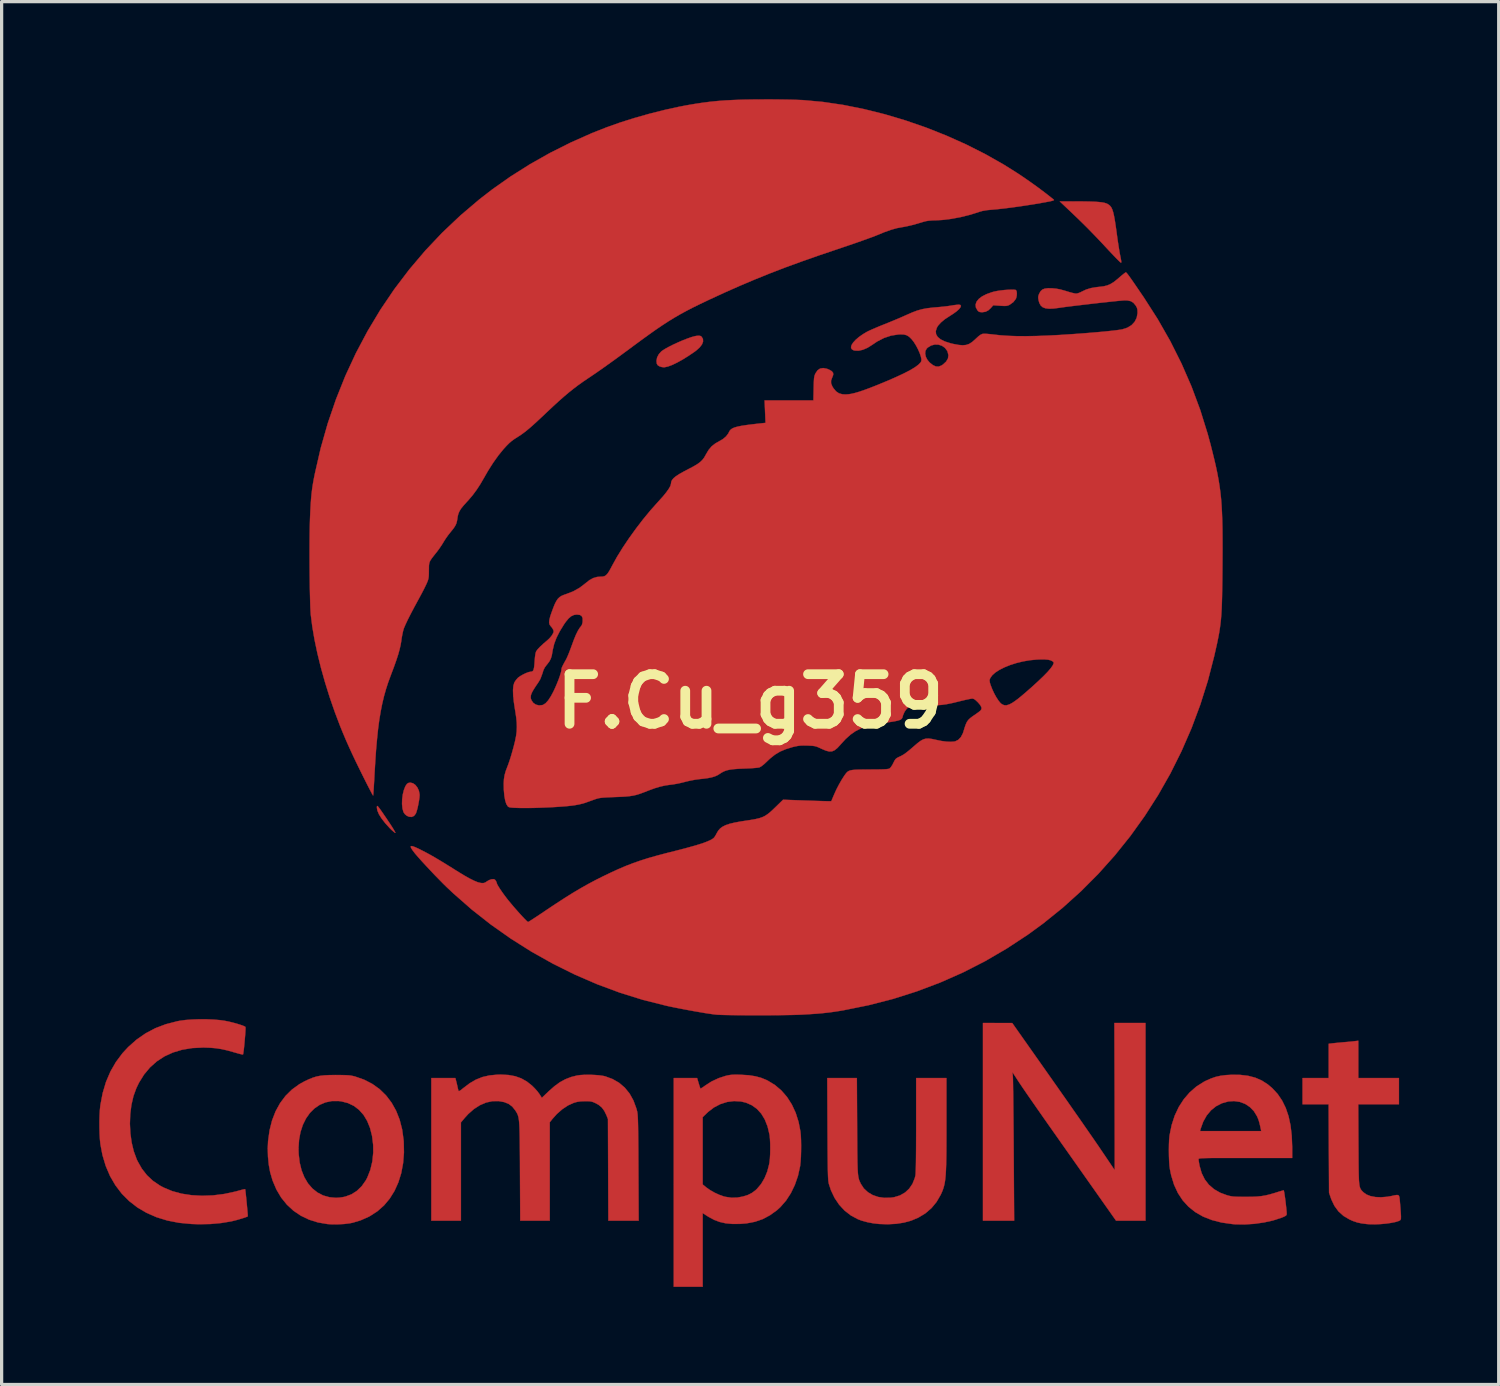
<source format=kicad_pcb>
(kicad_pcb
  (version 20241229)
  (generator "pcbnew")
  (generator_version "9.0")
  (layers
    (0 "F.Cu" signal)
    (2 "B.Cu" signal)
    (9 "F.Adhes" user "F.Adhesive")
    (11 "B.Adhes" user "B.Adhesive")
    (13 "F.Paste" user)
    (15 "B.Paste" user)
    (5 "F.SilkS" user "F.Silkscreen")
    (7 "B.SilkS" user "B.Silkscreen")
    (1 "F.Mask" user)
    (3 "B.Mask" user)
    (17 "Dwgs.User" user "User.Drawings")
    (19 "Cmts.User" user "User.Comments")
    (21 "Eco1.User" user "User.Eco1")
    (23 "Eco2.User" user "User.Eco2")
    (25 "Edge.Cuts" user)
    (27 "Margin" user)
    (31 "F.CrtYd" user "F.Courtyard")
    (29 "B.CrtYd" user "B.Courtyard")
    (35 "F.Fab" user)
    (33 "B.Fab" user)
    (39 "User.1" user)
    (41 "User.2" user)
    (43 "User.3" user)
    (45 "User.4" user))
  (footprint "F.Cu_g359"
    (layer "F.Cu")
    (at 20.006 18.505)
    (property "Reference" "F.Cu_g359" (at 0 0 0) (layer "F.SilkS") (effects (font (size 1.524 1.524) (thickness 0.3))))
    (attr through_hole)
    (fp_poly (pts (xy -11.446 3.224) (xy -11.421 3.253) (xy -11.382 3.304) (xy -11.328 3.381) (xy -11.256 3.486) (xy -11.163 3.622) (xy -11.142 3.654) (xy -11.068 3.764) (xy -11.004 3.863) (xy -10.953 3.946) (xy -10.919 4.006) (xy -10.904 4.038) (xy -10.904 4.042) (xy -10.921 4.037) (xy -10.96 4.007) (xy -11.017 3.956) (xy -11.083 3.891) (xy -11.221 3.738) (xy -11.331 3.596) (xy -11.411 3.468) (xy -11.458 3.356) (xy -11.472 3.276) (xy -11.472 3.244) (xy -11.469 3.223) (xy -11.462 3.215) (xy -11.446 3.224)) (stroke (width 0.01) (type solid)) (fill yes) (layer "F.Cu"))
    (fp_poly (pts (xy -10.363 2.518) (xy -10.288 2.572) (xy -10.226 2.652) (xy -10.181 2.751) (xy -10.161 2.86) (xy -10.16 2.882) (xy -10.165 2.957) (xy -10.179 3.055) (xy -10.199 3.165) (xy -10.222 3.273) (xy -10.247 3.367) (xy -10.27 3.436) (xy -10.276 3.45) (xy -10.332 3.521) (xy -10.403 3.553) (xy -10.487 3.546) (xy -10.558 3.513) (xy -10.613 3.466) (xy -10.653 3.408) (xy -10.656 3.402) (xy -10.687 3.289) (xy -10.7 3.154) (xy -10.696 3.009) (xy -10.677 2.863) (xy -10.644 2.728) (xy -10.599 2.613) (xy -10.547 2.535) (xy -10.5 2.507) (xy -10.444 2.498) (xy -10.363 2.518)) (stroke (width 0.01) (type solid)) (fill yes) (layer "F.Cu"))
    (fp_poly (pts (xy -1.524 -11.228) (xy -1.496 -11.209) (xy -1.452 -11.139) (xy -1.448 -11.059) (xy -1.481 -10.971) (xy -1.553 -10.877) (xy -1.66 -10.781) (xy -1.704 -10.748) (xy -1.894 -10.619) (xy -2.075 -10.506) (xy -2.243 -10.413) (xy -2.394 -10.34) (xy -2.523 -10.292) (xy -2.627 -10.269) (xy -2.656 -10.267) (xy -2.723 -10.276) (xy -2.786 -10.296) (xy -2.84 -10.329) (xy -2.869 -10.376) (xy -2.878 -10.45) (xy -2.879 -10.469) (xy -2.86 -10.569) (xy -2.808 -10.668) (xy -2.732 -10.754) (xy -2.708 -10.772) (xy -2.616 -10.832) (xy -2.498 -10.897) (xy -2.361 -10.966) (xy -2.215 -11.033) (xy -2.067 -11.097) (xy -1.925 -11.152) (xy -1.799 -11.196) (xy -1.695 -11.224) (xy -1.644 -11.233) (xy -1.57 -11.237) (xy -1.524 -11.228)) (stroke (width 0.01) (type solid)) (fill yes) (layer "F.Cu"))
    (fp_poly (pts (xy 8.104 -12.652) (xy 8.157 -12.645) (xy 8.168 -12.64) (xy 8.188 -12.604) (xy 8.196 -12.542) (xy 8.192 -12.469) (xy 8.176 -12.399) (xy 8.164 -12.369) (xy 8.089 -12.271) (xy 7.978 -12.191) (xy 7.96 -12.181) (xy 7.918 -12.164) (xy 7.871 -12.154) (xy 7.807 -12.152) (xy 7.716 -12.156) (xy 7.678 -12.159) (xy 7.47 -12.173) (xy 7.402 -12.096) (xy 7.319 -12.017) (xy 7.234 -11.974) (xy 7.135 -11.959) (xy 7.125 -11.959) (xy 7.058 -11.965) (xy 7.014 -11.986) (xy 6.986 -12.016) (xy 6.937 -12.105) (xy 6.928 -12.195) (xy 6.958 -12.283) (xy 7.025 -12.367) (xy 7.127 -12.445) (xy 7.262 -12.514) (xy 7.428 -12.574) (xy 7.502 -12.594) (xy 7.59 -12.612) (xy 7.696 -12.628) (xy 7.809 -12.641) (xy 7.92 -12.649) (xy 8.022 -12.653) (xy 8.104 -12.652)) (stroke (width 0.01) (type solid)) (fill yes) (layer "F.Cu"))
    (fp_poly (pts (xy 10.033 -15.365) (xy 10.258 -15.364) (xy 10.445 -15.36) (xy 10.597 -15.355) (xy 10.72 -15.346) (xy 10.818 -15.335) (xy 10.893 -15.32) (xy 10.952 -15.301) (xy 10.978 -15.289) (xy 11.025 -15.26) (xy 11.065 -15.225) (xy 11.1 -15.178) (xy 11.129 -15.116) (xy 11.156 -15.033) (xy 11.181 -14.926) (xy 11.206 -14.79) (xy 11.232 -14.621) (xy 11.261 -14.415) (xy 11.261 -14.415) (xy 11.281 -14.265) (xy 11.302 -14.118) (xy 11.323 -13.984) (xy 11.341 -13.871) (xy 11.355 -13.787) (xy 11.358 -13.769) (xy 11.381 -13.655) (xy 11.396 -13.576) (xy 11.404 -13.526) (xy 11.406 -13.498) (xy 11.403 -13.486) (xy 11.395 -13.483) (xy 11.392 -13.483) (xy 11.372 -13.498) (xy 11.328 -13.54) (xy 11.263 -13.605) (xy 11.182 -13.688) (xy 11.09 -13.786) (xy 11.011 -13.869) (xy 10.818 -14.077) (xy 10.646 -14.259) (xy 10.486 -14.424) (xy 10.334 -14.579) (xy 10.18 -14.731) (xy 10.019 -14.887) (xy 9.864 -15.035) (xy 9.514 -15.366) (xy 10.033 -15.365)) (stroke (width 0.01) (type solid)) (fill yes) (layer "F.Cu"))
    (fp_poly (pts (xy 12.15 15.96) (xy 11.244 15.96) (xy 10.039 14.25) (xy 9.802 13.914) (xy 9.587 13.61) (xy 9.395 13.336) (xy 9.222 13.091) (xy 9.068 12.872) (xy 8.931 12.676) (xy 8.81 12.503) (xy 8.703 12.349) (xy 8.609 12.213) (xy 8.525 12.093) (xy 8.452 11.986) (xy 8.387 11.891) (xy 8.329 11.805) (xy 8.276 11.726) (xy 8.227 11.652) (xy 8.21 11.625) (xy 8.061 11.398) (xy 8.073 11.536) (xy 8.075 11.576) (xy 8.077 11.656) (xy 8.079 11.771) (xy 8.081 11.92) (xy 8.084 12.099) (xy 8.086 12.305) (xy 8.088 12.535) (xy 8.091 12.786) (xy 8.093 13.054) (xy 8.096 13.338) (xy 8.098 13.633) (xy 8.099 13.817) (xy 8.113 15.96) (xy 7.154 15.96) (xy 7.154 9.885) (xy 7.604 9.886) (xy 8.054 9.887) (xy 9.218 11.539) (xy 9.396 11.792) (xy 9.574 12.046) (xy 9.751 12.298) (xy 9.923 12.545) (xy 10.089 12.782) (xy 10.245 13.006) (xy 10.389 13.214) (xy 10.519 13.401) (xy 10.632 13.565) (xy 10.725 13.701) (xy 10.789 13.796) (xy 10.885 13.937) (xy 10.973 14.068) (xy 11.051 14.183) (xy 11.115 14.278) (xy 11.163 14.349) (xy 11.193 14.393) (xy 11.202 14.405) (xy 11.203 14.385) (xy 11.203 14.326) (xy 11.204 14.229) (xy 11.204 14.099) (xy 11.204 13.937) (xy 11.204 13.746) (xy 11.204 13.53) (xy 11.203 13.29) (xy 11.203 13.03) (xy 11.202 12.752) (xy 11.201 12.459) (xy 11.201 12.153) (xy 11.201 12.148) (xy 11.193 9.885) (xy 12.15 9.885) (xy 12.15 15.96)) (stroke (width 0.01) (type solid)) (fill yes) (layer "F.Cu"))
    (fp_poly (pts (xy 18.69 11.578) (xy 19.939 11.578) (xy 19.939 12.383) (xy 18.688 12.383) (xy 18.694 13.615) (xy 18.696 13.884) (xy 18.697 14.115) (xy 18.699 14.309) (xy 18.701 14.472) (xy 18.705 14.605) (xy 18.709 14.714) (xy 18.716 14.801) (xy 18.724 14.869) (xy 18.735 14.922) (xy 18.749 14.963) (xy 18.766 14.997) (xy 18.786 15.025) (xy 18.81 15.052) (xy 18.839 15.081) (xy 18.844 15.087) (xy 18.938 15.156) (xy 19.065 15.206) (xy 19.217 15.235) (xy 19.39 15.242) (xy 19.576 15.227) (xy 19.702 15.205) (xy 19.801 15.183) (xy 19.869 15.172) (xy 19.914 15.175) (xy 19.94 15.198) (xy 19.955 15.248) (xy 19.964 15.329) (xy 19.974 15.441) (xy 19.984 15.557) (xy 19.992 15.668) (xy 19.998 15.763) (xy 20.001 15.828) (xy 20.001 15.828) (xy 20 15.895) (xy 19.991 15.932) (xy 19.967 15.954) (xy 19.933 15.97) (xy 19.831 16.002) (xy 19.698 16.029) (xy 19.543 16.051) (xy 19.376 16.066) (xy 19.208 16.073) (xy 19.049 16.071) (xy 18.955 16.065) (xy 18.794 16.045) (xy 18.658 16.016) (xy 18.529 15.972) (xy 18.422 15.925) (xy 18.237 15.816) (xy 18.082 15.677) (xy 17.957 15.507) (xy 17.862 15.308) (xy 17.847 15.266) (xy 17.791 15.102) (xy 17.784 13.742) (xy 17.778 12.383) (xy 16.976 12.383) (xy 16.976 11.578) (xy 17.78 11.578) (xy 17.78 10.524) (xy 17.881 10.512) (xy 17.943 10.505) (xy 18.034 10.496) (xy 18.141 10.486) (xy 18.235 10.477) (xy 18.346 10.468) (xy 18.451 10.458) (xy 18.539 10.449) (xy 18.59 10.443) (xy 18.69 10.431) (xy 18.69 11.578)) (stroke (width 0.01) (type solid)) (fill yes) (layer "F.Cu"))
    (fp_poly (pts (xy 3.287 13.055) (xy 3.288 13.348) (xy 3.29 13.603) (xy 3.291 13.822) (xy 3.294 14.008) (xy 3.296 14.165) (xy 3.3 14.296) (xy 3.304 14.404) (xy 3.31 14.492) (xy 3.317 14.563) (xy 3.326 14.622) (xy 3.337 14.671) (xy 3.349 14.713) (xy 3.364 14.751) (xy 3.382 14.789) (xy 3.4 14.828) (xy 3.492 14.969) (xy 3.615 15.084) (xy 3.763 15.173) (xy 3.933 15.232) (xy 4.12 15.26) (xy 4.319 15.255) (xy 4.425 15.24) (xy 4.602 15.186) (xy 4.757 15.098) (xy 4.887 14.978) (xy 4.988 14.829) (xy 5.058 14.655) (xy 5.08 14.565) (xy 5.084 14.52) (xy 5.088 14.434) (xy 5.092 14.31) (xy 5.095 14.15) (xy 5.097 13.957) (xy 5.099 13.732) (xy 5.1 13.477) (xy 5.101 13.194) (xy 5.101 13.015) (xy 5.101 11.578) (xy 6.032 11.578) (xy 6.032 12.991) (xy 6.032 13.312) (xy 6.031 13.594) (xy 6.03 13.84) (xy 6.027 14.053) (xy 6.023 14.237) (xy 6.017 14.395) (xy 6.01 14.53) (xy 6 14.645) (xy 5.988 14.744) (xy 5.973 14.83) (xy 5.955 14.906) (xy 5.934 14.976) (xy 5.91 15.042) (xy 5.882 15.108) (xy 5.855 15.166) (xy 5.728 15.385) (xy 5.571 15.575) (xy 5.383 15.737) (xy 5.166 15.868) (xy 4.949 15.959) (xy 4.727 16.02) (xy 4.491 16.057) (xy 4.234 16.071) (xy 3.969 16.063) (xy 3.788 16.043) (xy 3.604 16.008) (xy 3.433 15.962) (xy 3.315 15.918) (xy 3.098 15.803) (xy 2.904 15.653) (xy 2.735 15.471) (xy 2.594 15.261) (xy 2.482 15.025) (xy 2.419 14.833) (xy 2.413 14.804) (xy 2.407 14.769) (xy 2.401 14.725) (xy 2.397 14.669) (xy 2.393 14.598) (xy 2.39 14.509) (xy 2.387 14.399) (xy 2.385 14.264) (xy 2.383 14.103) (xy 2.381 13.911) (xy 2.379 13.686) (xy 2.378 13.424) (xy 2.376 13.139) (xy 2.369 11.578) (xy 3.279 11.578) (xy 3.287 13.055)) (stroke (width 0.01) (type solid)) (fill yes) (layer "F.Cu"))
    (fp_poly (pts (xy -0.343 11.475) (xy -0.266 11.478) (xy -0.039 11.492) (xy 0.157 11.523) (xy 0.333 11.57) (xy 0.499 11.637) (xy 0.536 11.655) (xy 0.76 11.791) (xy 0.959 11.96) (xy 1.133 12.161) (xy 1.28 12.391) (xy 1.399 12.648) (xy 1.488 12.93) (xy 1.544 13.218) (xy 1.556 13.338) (xy 1.563 13.489) (xy 1.566 13.657) (xy 1.564 13.831) (xy 1.559 14) (xy 1.549 14.151) (xy 1.536 14.274) (xy 1.534 14.287) (xy 1.469 14.583) (xy 1.373 14.861) (xy 1.25 15.116) (xy 1.101 15.345) (xy 0.928 15.543) (xy 0.823 15.639) (xy 0.608 15.794) (xy 0.384 15.913) (xy 0.145 15.995) (xy -0.115 16.044) (xy -0.315 16.06) (xy -0.547 16.061) (xy -0.75 16.042) (xy -0.932 16.002) (xy -1.103 15.938) (xy -1.272 15.848) (xy -1.318 15.819) (xy -1.46 15.728) (xy -1.46 17.992) (xy -2.349 17.992) (xy -2.349 12.779) (xy -1.46 12.779) (xy -1.46 14.848) (xy -1.349 14.939) (xy -1.233 15.021) (xy -1.095 15.1) (xy -0.949 15.167) (xy -0.812 15.216) (xy -0.762 15.228) (xy -0.574 15.256) (xy -0.396 15.251) (xy -0.222 15.219) (xy -0.072 15.172) (xy 0.051 15.11) (xy 0.163 15.027) (xy 0.208 14.985) (xy 0.335 14.835) (xy 0.442 14.654) (xy 0.526 14.449) (xy 0.583 14.227) (xy 0.593 14.171) (xy 0.606 14.055) (xy 0.614 13.914) (xy 0.617 13.76) (xy 0.616 13.605) (xy 0.609 13.464) (xy 0.599 13.347) (xy 0.593 13.313) (xy 0.535 13.067) (xy 0.45 12.853) (xy 0.341 12.672) (xy 0.207 12.525) (xy 0.049 12.412) (xy -0.132 12.333) (xy -0.286 12.297) (xy -0.496 12.285) (xy -0.707 12.312) (xy -0.914 12.377) (xy -1.11 12.479) (xy -1.289 12.615) (xy -1.325 12.649) (xy -1.46 12.779) (xy -2.349 12.779) (xy -2.349 11.578) (xy -1.631 11.578) (xy -1.585 11.732) (xy -1.562 11.807) (xy -1.543 11.866) (xy -1.532 11.898) (xy -1.531 11.9) (xy -1.512 11.895) (xy -1.468 11.869) (xy -1.407 11.827) (xy -1.386 11.811) (xy -1.191 11.685) (xy -0.971 11.582) (xy -0.76 11.513) (xy -0.684 11.495) (xy -0.615 11.483) (xy -0.543 11.476) (xy -0.456 11.474) (xy -0.343 11.475)) (stroke (width 0.01) (type solid)) (fill yes) (layer "F.Cu"))
    (fp_poly (pts (xy -12.58 11.486) (xy -12.463 11.488) (xy -12.372 11.492) (xy -12.298 11.498) (xy -12.235 11.509) (xy -12.173 11.523) (xy -12.139 11.532) (xy -11.863 11.629) (xy -11.612 11.759) (xy -11.387 11.921) (xy -11.19 12.113) (xy -11.021 12.335) (xy -10.882 12.584) (xy -10.773 12.859) (xy -10.696 13.16) (xy -10.652 13.484) (xy -10.648 13.526) (xy -10.641 13.867) (xy -10.667 14.192) (xy -10.724 14.498) (xy -10.813 14.783) (xy -10.931 15.045) (xy -11.078 15.282) (xy -11.253 15.491) (xy -11.455 15.67) (xy -11.683 15.818) (xy -11.725 15.841) (xy -11.976 15.952) (xy -12.218 16.024) (xy -12.308 16.042) (xy -12.478 16.063) (xy -12.665 16.073) (xy -12.849 16.074) (xy -12.991 16.065) (xy -13.285 16.015) (xy -13.559 15.929) (xy -13.81 15.808) (xy -14.038 15.654) (xy -14.24 15.467) (xy -14.415 15.25) (xy -14.561 15.003) (xy -14.678 14.728) (xy -14.753 14.472) (xy -14.795 14.243) (xy -14.82 13.993) (xy -14.827 13.737) (xy -13.882 13.737) (xy -13.877 13.909) (xy -13.846 14.174) (xy -13.787 14.415) (xy -13.701 14.629) (xy -13.59 14.816) (xy -13.455 14.972) (xy -13.299 15.096) (xy -13.123 15.187) (xy -12.928 15.241) (xy -12.732 15.259) (xy -12.628 15.253) (xy -12.516 15.237) (xy -12.444 15.222) (xy -12.255 15.152) (xy -12.086 15.044) (xy -11.939 14.902) (xy -11.815 14.726) (xy -11.769 14.641) (xy -11.674 14.4) (xy -11.612 14.139) (xy -11.584 13.864) (xy -11.587 13.631) (xy -11.621 13.358) (xy -11.683 13.113) (xy -11.771 12.896) (xy -11.883 12.71) (xy -12.021 12.555) (xy -12.181 12.433) (xy -12.363 12.346) (xy -12.566 12.294) (xy -12.651 12.284) (xy -12.859 12.285) (xy -13.053 12.325) (xy -13.231 12.401) (xy -13.391 12.51) (xy -13.532 12.65) (xy -13.651 12.819) (xy -13.748 13.015) (xy -13.82 13.234) (xy -13.865 13.476) (xy -13.882 13.737) (xy -14.827 13.737) (xy -14.827 13.736) (xy -14.817 13.515) (xy -14.771 13.184) (xy -14.694 12.879) (xy -14.586 12.6) (xy -14.447 12.348) (xy -14.279 12.124) (xy -14.082 11.93) (xy -13.857 11.767) (xy -13.685 11.672) (xy -13.556 11.612) (xy -13.441 11.566) (xy -13.331 11.532) (xy -13.218 11.509) (xy -13.09 11.495) (xy -12.941 11.487) (xy -12.759 11.485) (xy -12.732 11.485) (xy -12.58 11.486)) (stroke (width 0.01) (type solid)) (fill yes) (layer "F.Cu"))
    (fp_poly (pts (xy -7.428 11.484) (xy -7.221 11.522) (xy -7.036 11.588) (xy -6.865 11.684) (xy -6.703 11.813) (xy -6.693 11.823) (xy -6.617 11.899) (xy -6.544 11.981) (xy -6.487 12.056) (xy -6.477 12.07) (xy -6.403 12.186) (xy -6.19 11.982) (xy -6.015 11.828) (xy -5.849 11.707) (xy -5.681 11.615) (xy -5.503 11.546) (xy -5.327 11.501) (xy -5.22 11.486) (xy -5.085 11.478) (xy -4.934 11.477) (xy -4.78 11.483) (xy -4.636 11.494) (xy -4.513 11.512) (xy -4.456 11.525) (xy -4.228 11.609) (xy -4.027 11.725) (xy -3.853 11.874) (xy -3.707 12.054) (xy -3.589 12.265) (xy -3.5 12.507) (xy -3.476 12.594) (xy -3.47 12.625) (xy -3.464 12.664) (xy -3.459 12.714) (xy -3.455 12.778) (xy -3.451 12.858) (xy -3.448 12.958) (xy -3.445 13.082) (xy -3.443 13.23) (xy -3.441 13.408) (xy -3.439 13.617) (xy -3.437 13.86) (xy -3.436 14.141) (xy -3.435 14.346) (xy -3.427 15.96) (xy -4.359 15.96) (xy -4.365 14.399) (xy -4.371 12.838) (xy -4.418 12.72) (xy -4.484 12.585) (xy -4.56 12.482) (xy -4.655 12.403) (xy -4.736 12.357) (xy -4.807 12.324) (xy -4.864 12.304) (xy -4.924 12.293) (xy -4.999 12.289) (xy -5.079 12.289) (xy -5.209 12.294) (xy -5.314 12.309) (xy -5.412 12.336) (xy -5.419 12.338) (xy -5.597 12.418) (xy -5.774 12.535) (xy -5.942 12.682) (xy -6.078 12.834) (xy -6.16 12.937) (xy -6.16 15.96) (xy -7.067 15.96) (xy -7.075 14.441) (xy -7.076 14.137) (xy -7.078 13.873) (xy -7.08 13.644) (xy -7.082 13.449) (xy -7.085 13.284) (xy -7.089 13.145) (xy -7.094 13.03) (xy -7.101 12.935) (xy -7.109 12.859) (xy -7.119 12.796) (xy -7.132 12.745) (xy -7.146 12.701) (xy -7.164 12.663) (xy -7.184 12.627) (xy -7.207 12.59) (xy -7.22 12.57) (xy -7.312 12.455) (xy -7.422 12.372) (xy -7.558 12.317) (xy -7.724 12.287) (xy -7.733 12.286) (xy -7.923 12.288) (xy -8.115 12.33) (xy -8.305 12.411) (xy -8.489 12.529) (xy -8.664 12.682) (xy -8.766 12.794) (xy -8.89 12.941) (xy -8.89 15.96) (xy -9.8 15.96) (xy -9.8 11.578) (xy -9.061 11.578) (xy -9.04 11.658) (xy -9.022 11.728) (xy -9.003 11.812) (xy -8.996 11.843) (xy -8.981 11.909) (xy -8.968 11.96) (xy -8.964 11.976) (xy -8.944 11.978) (xy -8.896 11.95) (xy -8.823 11.892) (xy -8.822 11.891) (xy -8.625 11.741) (xy -8.43 11.627) (xy -8.229 11.547) (xy -8.013 11.497) (xy -7.773 11.474) (xy -7.664 11.472) (xy -7.428 11.484)) (stroke (width 0.01) (type solid)) (fill yes) (layer "F.Cu"))
    (fp_poly (pts (xy -16.707 9.772) (xy -16.489 9.781) (xy -16.289 9.798) (xy -16.149 9.818) (xy -16.039 9.84) (xy -15.921 9.868) (xy -15.804 9.899) (xy -15.696 9.932) (xy -15.605 9.962) (xy -15.541 9.989) (xy -15.513 10.006) (xy -15.51 10.03) (xy -15.511 10.089) (xy -15.516 10.175) (xy -15.523 10.278) (xy -15.533 10.392) (xy -15.543 10.509) (xy -15.554 10.62) (xy -15.565 10.718) (xy -15.576 10.795) (xy -15.584 10.843) (xy -15.589 10.854) (xy -15.611 10.852) (xy -15.667 10.84) (xy -15.747 10.819) (xy -15.843 10.791) (xy -15.859 10.787) (xy -16.065 10.729) (xy -16.247 10.688) (xy -16.42 10.661) (xy -16.598 10.646) (xy -16.795 10.64) (xy -16.817 10.64) (xy -17.149 10.656) (xy -17.457 10.707) (xy -17.741 10.792) (xy -18.001 10.911) (xy -18.236 11.064) (xy -18.446 11.251) (xy -18.629 11.47) (xy -18.786 11.723) (xy -18.867 11.891) (xy -18.955 12.134) (xy -19.017 12.402) (xy -19.053 12.687) (xy -19.064 12.98) (xy -19.049 13.274) (xy -19.01 13.559) (xy -18.945 13.829) (xy -18.855 14.074) (xy -18.83 14.128) (xy -18.697 14.363) (xy -18.541 14.563) (xy -18.359 14.734) (xy -18.147 14.879) (xy -18.023 14.945) (xy -17.763 15.053) (xy -17.477 15.131) (xy -17.17 15.178) (xy -16.846 15.196) (xy -16.511 15.184) (xy -16.168 15.141) (xy -15.823 15.067) (xy -15.677 15.027) (xy -15.604 15.007) (xy -15.549 14.995) (xy -15.522 14.993) (xy -15.522 14.994) (xy -15.517 15.016) (xy -15.51 15.073) (xy -15.501 15.156) (xy -15.49 15.258) (xy -15.479 15.37) (xy -15.468 15.485) (xy -15.458 15.595) (xy -15.449 15.692) (xy -15.443 15.768) (xy -15.441 15.816) (xy -15.441 15.827) (xy -15.466 15.841) (xy -15.523 15.862) (xy -15.602 15.888) (xy -15.694 15.915) (xy -15.79 15.943) (xy -15.882 15.966) (xy -15.948 15.982) (xy -16.262 16.034) (xy -16.592 16.064) (xy -16.944 16.07) (xy -17.167 16.063) (xy -17.55 16.027) (xy -17.91 15.957) (xy -18.244 15.855) (xy -18.552 15.72) (xy -18.834 15.554) (xy -19.088 15.357) (xy -19.313 15.131) (xy -19.508 14.875) (xy -19.673 14.592) (xy -19.806 14.281) (xy -19.907 13.944) (xy -19.97 13.61) (xy -19.985 13.468) (xy -19.995 13.296) (xy -20 13.107) (xy -20.001 12.912) (xy -19.996 12.723) (xy -19.986 12.552) (xy -19.971 12.411) (xy -19.971 12.41) (xy -19.9 12.039) (xy -19.798 11.696) (xy -19.662 11.378) (xy -19.493 11.084) (xy -19.289 10.812) (xy -19.116 10.625) (xy -18.858 10.396) (xy -18.581 10.204) (xy -18.283 10.046) (xy -17.962 9.924) (xy -17.615 9.834) (xy -17.534 9.818) (xy -17.359 9.794) (xy -17.155 9.779) (xy -16.934 9.771) (xy -16.707 9.772)) (stroke (width 0.01) (type solid)) (fill yes) (layer "F.Cu"))
    (fp_poly (pts (xy 15.058 11.48) (xy 15.303 11.509) (xy 15.525 11.567) (xy 15.726 11.655) (xy 15.911 11.775) (xy 16.048 11.891) (xy 16.212 12.069) (xy 16.349 12.271) (xy 16.46 12.497) (xy 16.546 12.75) (xy 16.607 13.033) (xy 16.644 13.347) (xy 16.658 13.695) (xy 16.658 13.736) (xy 16.658 14.034) (xy 15.219 14.034) (xy 14.937 14.034) (xy 14.695 14.034) (xy 14.489 14.034) (xy 14.317 14.034) (xy 14.175 14.035) (xy 14.06 14.037) (xy 13.97 14.039) (xy 13.902 14.041) (xy 13.852 14.044) (xy 13.818 14.049) (xy 13.797 14.053) (xy 13.785 14.059) (xy 13.781 14.066) (xy 13.78 14.075) (xy 13.78 14.077) (xy 13.784 14.118) (xy 13.795 14.187) (xy 13.81 14.269) (xy 13.812 14.278) (xy 13.876 14.5) (xy 13.971 14.693) (xy 14.097 14.857) (xy 14.255 14.993) (xy 14.444 15.102) (xy 14.658 15.181) (xy 14.723 15.198) (xy 14.784 15.211) (xy 14.85 15.22) (xy 14.929 15.225) (xy 15.03 15.228) (xy 15.16 15.229) (xy 15.229 15.229) (xy 15.416 15.228) (xy 15.571 15.221) (xy 15.708 15.207) (xy 15.836 15.186) (xy 15.969 15.154) (xy 16.118 15.111) (xy 16.184 15.09) (xy 16.269 15.063) (xy 16.34 15.043) (xy 16.386 15.03) (xy 16.397 15.028) (xy 16.404 15.048) (xy 16.415 15.102) (xy 16.427 15.181) (xy 16.441 15.279) (xy 16.455 15.386) (xy 16.467 15.495) (xy 16.478 15.597) (xy 16.486 15.684) (xy 16.489 15.749) (xy 16.489 15.762) (xy 16.482 15.788) (xy 16.456 15.812) (xy 16.405 15.839) (xy 16.325 15.872) (xy 16.071 15.954) (xy 15.79 16.016) (xy 15.495 16.058) (xy 15.197 16.077) (xy 14.908 16.073) (xy 14.817 16.065) (xy 14.487 16.018) (xy 14.188 15.941) (xy 13.919 15.835) (xy 13.681 15.698) (xy 13.473 15.533) (xy 13.294 15.337) (xy 13.146 15.112) (xy 13.028 14.857) (xy 12.94 14.572) (xy 12.901 14.383) (xy 12.886 14.27) (xy 12.876 14.126) (xy 12.87 13.964) (xy 12.868 13.794) (xy 12.87 13.628) (xy 12.876 13.478) (xy 12.887 13.356) (xy 12.89 13.337) (xy 12.916 13.208) (xy 13.825 13.208) (xy 15.706 13.208) (xy 15.697 13.16) (xy 15.67 13.035) (xy 15.647 12.941) (xy 15.624 12.866) (xy 15.598 12.799) (xy 15.577 12.752) (xy 15.482 12.596) (xy 15.358 12.469) (xy 15.212 12.372) (xy 15.047 12.31) (xy 14.87 12.285) (xy 14.696 12.297) (xy 14.498 12.352) (xy 14.32 12.443) (xy 14.163 12.569) (xy 14.031 12.727) (xy 13.925 12.915) (xy 13.847 13.129) (xy 13.825 13.208) (xy 12.916 13.208) (xy 12.953 13.025) (xy 13.047 12.735) (xy 13.172 12.469) (xy 13.326 12.23) (xy 13.507 12.019) (xy 13.713 11.839) (xy 13.944 11.693) (xy 14.002 11.663) (xy 14.159 11.593) (xy 14.306 11.542) (xy 14.456 11.508) (xy 14.623 11.487) (xy 14.783 11.478) (xy 15.058 11.48)) (stroke (width 0.01) (type solid)) (fill yes) (layer "F.Cu"))
    (fp_poly (pts (xy 0.694 -18.499) (xy 0.893 -18.497) (xy 1.087 -18.494) (xy 1.268 -18.491) (xy 1.428 -18.486) (xy 1.559 -18.481) (xy 1.63 -18.478) (xy 2.239 -18.422) (xy 2.862 -18.33) (xy 3.495 -18.203) (xy 4.133 -18.044) (xy 4.771 -17.854) (xy 5.405 -17.635) (xy 6.028 -17.388) (xy 6.638 -17.115) (xy 7.228 -16.817) (xy 7.793 -16.497) (xy 8.202 -16.24) (xy 8.415 -16.098) (xy 8.634 -15.945) (xy 8.851 -15.789) (xy 9.055 -15.636) (xy 9.238 -15.493) (xy 9.333 -15.417) (xy 9.336 -15.406) (xy 9.319 -15.395) (xy 9.277 -15.382) (xy 9.205 -15.365) (xy 9.099 -15.345) (xy 8.97 -15.322) (xy 8.734 -15.281) (xy 8.492 -15.243) (xy 8.25 -15.207) (xy 8.017 -15.175) (xy 7.802 -15.148) (xy 7.612 -15.127) (xy 7.468 -15.114) (xy 7.285 -15.097) (xy 7.143 -15.073) (xy 7.055 -15.049) (xy 6.768 -14.957) (xy 6.471 -14.883) (xy 6.176 -14.828) (xy 5.895 -14.794) (xy 5.726 -14.785) (xy 5.596 -14.781) (xy 5.495 -14.773) (xy 5.411 -14.76) (xy 5.33 -14.74) (xy 5.281 -14.725) (xy 5.127 -14.679) (xy 4.972 -14.637) (xy 4.827 -14.603) (xy 4.706 -14.579) (xy 4.667 -14.573) (xy 4.507 -14.543) (xy 4.329 -14.493) (xy 4.126 -14.421) (xy 3.95 -14.348) (xy 3.868 -14.315) (xy 3.751 -14.27) (xy 3.605 -14.217) (xy 3.435 -14.156) (xy 3.248 -14.09) (xy 3.049 -14.022) (xy 2.843 -13.952) (xy 2.678 -13.896) (xy 2.114 -13.706) (xy 1.585 -13.52) (xy 1.083 -13.337) (xy 0.602 -13.152) (xy 0.135 -12.963) (xy -0.325 -12.768) (xy -0.786 -12.564) (xy -1.254 -12.348) (xy -1.296 -12.328) (xy -1.54 -12.212) (xy -1.761 -12.103) (xy -1.964 -11.998) (xy -2.155 -11.894) (xy -2.339 -11.787) (xy -2.524 -11.673) (xy -2.713 -11.55) (xy -2.914 -11.413) (xy -3.131 -11.259) (xy -3.371 -11.085) (xy -3.577 -10.933) (xy -3.846 -10.734) (xy -4.086 -10.558) (xy -4.302 -10.402) (xy -4.498 -10.262) (xy -4.678 -10.136) (xy -4.847 -10.02) (xy -4.985 -9.927) (xy -5.143 -9.82) (xy -5.29 -9.715) (xy -5.432 -9.607) (xy -5.575 -9.493) (xy -5.724 -9.367) (xy -5.885 -9.225) (xy -6.063 -9.062) (xy -6.263 -8.874) (xy -6.304 -8.835) (xy -6.474 -8.675) (xy -6.619 -8.541) (xy -6.743 -8.43) (xy -6.851 -8.339) (xy -6.947 -8.263) (xy -7.036 -8.198) (xy -7.121 -8.142) (xy -7.144 -8.128) (xy -7.246 -8.063) (xy -7.331 -8.001) (xy -7.409 -7.933) (xy -7.493 -7.849) (xy -7.583 -7.75) (xy -7.738 -7.56) (xy -7.897 -7.337) (xy -8.056 -7.087) (xy -8.169 -6.89) (xy -8.292 -6.678) (xy -8.411 -6.496) (xy -8.533 -6.332) (xy -8.666 -6.176) (xy -8.711 -6.128) (xy -8.812 -6.016) (xy -8.886 -5.924) (xy -8.937 -5.841) (xy -8.97 -5.761) (xy -8.991 -5.674) (xy -8.997 -5.63) (xy -9.012 -5.538) (xy -9.033 -5.462) (xy -9.067 -5.392) (xy -9.118 -5.315) (xy -9.192 -5.222) (xy -9.209 -5.201) (xy -9.282 -5.109) (xy -9.357 -5.003) (xy -9.42 -4.904) (xy -9.427 -4.891) (xy -9.488 -4.793) (xy -9.562 -4.685) (xy -9.633 -4.589) (xy -9.639 -4.583) (xy -9.722 -4.478) (xy -9.783 -4.399) (xy -9.825 -4.337) (xy -9.852 -4.284) (xy -9.866 -4.23) (xy -9.873 -4.169) (xy -9.874 -4.092) (xy -9.875 -4.023) (xy -9.876 -3.915) (xy -9.88 -3.836) (xy -9.889 -3.774) (xy -9.905 -3.716) (xy -9.931 -3.651) (xy -9.945 -3.619) (xy -9.979 -3.547) (xy -10.028 -3.448) (xy -10.088 -3.332) (xy -10.154 -3.209) (xy -10.201 -3.122) (xy -10.328 -2.888) (xy -10.436 -2.683) (xy -10.525 -2.507) (xy -10.593 -2.363) (xy -10.64 -2.252) (xy -10.651 -2.223) (xy -10.67 -2.152) (xy -10.691 -2.055) (xy -10.711 -1.944) (xy -10.722 -1.863) (xy -10.743 -1.736) (xy -10.775 -1.597) (xy -10.818 -1.441) (xy -10.876 -1.263) (xy -10.949 -1.057) (xy -11.039 -0.819) (xy -11.046 -0.799) (xy -11.124 -0.588) (xy -11.193 -0.375) (xy -11.255 -0.156) (xy -11.309 0.072) (xy -11.357 0.314) (xy -11.4 0.574) (xy -11.437 0.856) (xy -11.469 1.165) (xy -11.499 1.503) (xy -11.524 1.876) (xy -11.547 2.264) (xy -11.555 2.422) (xy -11.564 2.566) (xy -11.571 2.69) (xy -11.578 2.79) (xy -11.584 2.859) (xy -11.587 2.893) (xy -11.588 2.896) (xy -11.6 2.88) (xy -11.627 2.831) (xy -11.668 2.754) (xy -11.721 2.653) (xy -11.782 2.534) (xy -11.849 2.4) (xy -11.85 2.399) (xy -11.993 2.111) (xy -12.119 1.853) (xy -12.23 1.619) (xy -12.329 1.403) (xy -12.421 1.197) (xy -12.506 0.996) (xy -12.589 0.793) (xy -12.596 0.777) (xy -12.764 0.334) (xy -12.921 -0.118) (xy -13.063 -0.573) (xy -13.19 -1.024) (xy -13.299 -1.467) (xy -13.389 -1.893) (xy -13.458 -2.297) (xy -13.505 -2.667) (xy -13.511 -2.76) (xy -13.518 -2.89) (xy -13.523 -3.052) (xy -13.528 -3.241) (xy -13.533 -3.452) (xy -13.536 -3.68) (xy -13.539 -3.92) (xy -13.541 -4.166) (xy -13.542 -4.413) (xy -13.542 -4.658) (xy -13.541 -4.893) (xy -13.539 -5.115) (xy -13.536 -5.317) (xy -13.532 -5.496) (xy -13.528 -5.62) (xy -13.518 -5.853) (xy -13.507 -6.053) (xy -13.495 -6.227) (xy -13.48 -6.384) (xy -13.462 -6.533) (xy -13.439 -6.682) (xy -13.411 -6.84) (xy -13.377 -7.008) (xy -13.199 -7.784) (xy -12.983 -8.543) (xy -12.73 -9.283) (xy -12.442 -10.003) (xy -12.117 -10.703) (xy -11.758 -11.38) (xy -11.365 -12.035) (xy -10.938 -12.666) (xy -10.478 -13.272) (xy -9.986 -13.852) (xy -9.462 -14.406) (xy -8.906 -14.932) (xy -8.321 -15.429) (xy -7.927 -15.734) (xy -7.365 -16.13) (xy -6.772 -16.505) (xy -6.152 -16.855) (xy -5.512 -17.176) (xy -4.859 -17.466) (xy -4.413 -17.642) (xy -3.999 -17.789) (xy -3.555 -17.929) (xy -3.096 -18.059) (xy -2.633 -18.176) (xy -2.181 -18.275) (xy -1.958 -18.318) (xy -1.712 -18.36) (xy -1.476 -18.396) (xy -1.244 -18.426) (xy -1.009 -18.45) (xy -0.765 -18.469) (xy -0.506 -18.482) (xy -0.225 -18.492) (xy 0.085 -18.497) (xy 0.429 -18.499) (xy 0.497 -18.5) (xy 0.694 -18.499)) (stroke (width 0.01) (type solid)) (fill yes) (layer "F.Cu"))
    (fp_poly (pts (xy 11.558 -13.178) (xy 11.58 -13.155) (xy 11.613 -13.113) (xy 11.659 -13.051) (xy 11.72 -12.965) (xy 11.798 -12.853) (xy 11.894 -12.713) (xy 12.011 -12.541) (xy 12.098 -12.414) (xy 12.524 -11.749) (xy 12.911 -11.071) (xy 13.257 -10.38) (xy 13.564 -9.675) (xy 13.832 -8.955) (xy 14.061 -8.219) (xy 14.149 -7.895) (xy 14.211 -7.648) (xy 14.267 -7.42) (xy 14.316 -7.208) (xy 14.358 -7.007) (xy 14.394 -6.813) (xy 14.425 -6.621) (xy 14.451 -6.428) (xy 14.472 -6.23) (xy 14.488 -6.022) (xy 14.5 -5.799) (xy 14.509 -5.559) (xy 14.515 -5.296) (xy 14.517 -5.007) (xy 14.518 -4.687) (xy 14.516 -4.332) (xy 14.514 -4.032) (xy 14.511 -3.727) (xy 14.507 -3.459) (xy 14.503 -3.224) (xy 14.497 -3.016) (xy 14.49 -2.832) (xy 14.48 -2.666) (xy 14.468 -2.514) (xy 14.452 -2.37) (xy 14.433 -2.23) (xy 14.41 -2.088) (xy 14.382 -1.941) (xy 14.35 -1.784) (xy 14.311 -1.611) (xy 14.267 -1.417) (xy 14.263 -1.397) (xy 14.068 -0.64) (xy 13.834 0.101) (xy 13.564 0.825) (xy 13.257 1.53) (xy 12.915 2.216) (xy 12.538 2.88) (xy 12.127 3.522) (xy 11.684 4.14) (xy 11.208 4.733) (xy 10.702 5.299) (xy 10.165 5.838) (xy 9.599 6.348) (xy 9.005 6.827) (xy 8.53 7.173) (xy 7.885 7.597) (xy 7.222 7.984) (xy 6.541 8.332) (xy 5.842 8.641) (xy 5.125 8.912) (xy 4.392 9.145) (xy 3.642 9.338) (xy 2.876 9.493) (xy 2.755 9.514) (xy 2.58 9.541) (xy 2.409 9.564) (xy 2.234 9.583) (xy 2.045 9.6) (xy 1.834 9.614) (xy 1.592 9.628) (xy 1.535 9.631) (xy 1.415 9.635) (xy 1.264 9.639) (xy 1.088 9.642) (xy 0.891 9.645) (xy 0.68 9.647) (xy 0.459 9.648) (xy 0.234 9.648) (xy 0.01 9.648) (xy -0.207 9.647) (xy -0.411 9.645) (xy -0.598 9.643) (xy -0.762 9.64) (xy -0.897 9.636) (xy -0.998 9.632) (xy -1.037 9.629) (xy -1.124 9.619) (xy -1.245 9.602) (xy -1.394 9.579) (xy -1.563 9.55) (xy -1.747 9.518) (xy -1.937 9.483) (xy -2.127 9.447) (xy -2.311 9.411) (xy -2.481 9.376) (xy -2.581 9.354) (xy -3.294 9.175) (xy -4.001 8.955) (xy -4.699 8.696) (xy -5.386 8.399) (xy -6.059 8.065) (xy -6.716 7.697) (xy -7.353 7.295) (xy -7.969 6.861) (xy -8.56 6.396) (xy -9.123 5.902) (xy -9.322 5.715) (xy -9.433 5.606) (xy -9.558 5.479) (xy -9.691 5.343) (xy -9.825 5.201) (xy -9.956 5.061) (xy -10.078 4.929) (xy -10.184 4.811) (xy -10.27 4.712) (xy -10.312 4.661) (xy -10.381 4.57) (xy -10.422 4.505) (xy -10.435 4.464) (xy -10.418 4.448) (xy -10.37 4.454) (xy -10.289 4.485) (xy -10.175 4.538) (xy -10.072 4.59) (xy -9.951 4.653) (xy -9.83 4.719) (xy -9.702 4.792) (xy -9.562 4.875) (xy -9.403 4.971) (xy -9.221 5.084) (xy -9.017 5.212) (xy -8.808 5.34) (xy -8.631 5.441) (xy -8.484 5.514) (xy -8.366 5.562) (xy -8.276 5.583) (xy -8.271 5.584) (xy -8.201 5.586) (xy -8.148 5.571) (xy -8.095 5.536) (xy -8.028 5.496) (xy -7.955 5.47) (xy -7.939 5.467) (xy -7.881 5.464) (xy -7.845 5.481) (xy -7.824 5.506) (xy -7.798 5.552) (xy -7.789 5.584) (xy -7.777 5.62) (xy -7.742 5.683) (xy -7.69 5.765) (xy -7.624 5.862) (xy -7.549 5.966) (xy -7.469 6.071) (xy -7.441 6.107) (xy -7.359 6.206) (xy -7.271 6.311) (xy -7.179 6.416) (xy -7.09 6.516) (xy -7.006 6.608) (xy -6.934 6.684) (xy -6.876 6.742) (xy -6.838 6.775) (xy -6.826 6.782) (xy -6.804 6.77) (xy -6.75 6.737) (xy -6.671 6.686) (xy -6.57 6.62) (xy -6.451 6.541) (xy -6.32 6.453) (xy -6.254 6.408) (xy -5.959 6.212) (xy -5.691 6.038) (xy -5.443 5.883) (xy -5.208 5.744) (xy -4.98 5.615) (xy -4.753 5.494) (xy -4.54 5.387) (xy -4.282 5.263) (xy -4.045 5.154) (xy -3.819 5.058) (xy -3.598 4.973) (xy -3.372 4.894) (xy -3.133 4.818) (xy -2.872 4.744) (xy -2.582 4.667) (xy -2.455 4.635) (xy -2.178 4.565) (xy -1.94 4.502) (xy -1.738 4.446) (xy -1.569 4.396) (xy -1.429 4.35) (xy -1.317 4.307) (xy -1.229 4.268) (xy -1.162 4.23) (xy -1.118 4.197) (xy -1.09 4.162) (xy -1.053 4.102) (xy -1.027 4.051) (xy -0.98 3.973) (xy -0.922 3.907) (xy -0.847 3.852) (xy -0.751 3.804) (xy -0.629 3.763) (xy -0.477 3.727) (xy -0.29 3.692) (xy -0.158 3.672) (xy 0.018 3.645) (xy 0.161 3.62) (xy 0.276 3.593) (xy 0.373 3.56) (xy 0.458 3.519) (xy 0.539 3.465) (xy 0.625 3.395) (xy 0.722 3.305) (xy 0.807 3.223) (xy 1.011 3.024) (xy 1.65 3.047) (xy 1.816 3.052) (xy 1.973 3.058) (xy 2.114 3.062) (xy 2.233 3.066) (xy 2.325 3.068) (xy 2.382 3.069) (xy 2.391 3.069) (xy 2.493 3.069) (xy 2.583 2.856) (xy 2.651 2.707) (xy 2.732 2.551) (xy 2.817 2.403) (xy 2.899 2.276) (xy 2.934 2.228) (xy 2.965 2.19) (xy 2.997 2.16) (xy 3.035 2.138) (xy 3.084 2.121) (xy 3.15 2.109) (xy 3.238 2.102) (xy 3.353 2.098) (xy 3.5 2.096) (xy 3.677 2.095) (xy 3.865 2.094) (xy 4.015 2.092) (xy 4.128 2.088) (xy 4.208 2.082) (xy 4.258 2.074) (xy 4.276 2.069) (xy 4.318 2.031) (xy 4.366 1.96) (xy 4.397 1.9) (xy 4.435 1.824) (xy 4.468 1.776) (xy 4.507 1.743) (xy 4.563 1.713) (xy 4.584 1.704) (xy 4.654 1.67) (xy 4.724 1.629) (xy 4.798 1.576) (xy 4.887 1.505) (xy 4.996 1.412) (xy 5.027 1.385) (xy 5.142 1.286) (xy 5.235 1.216) (xy 5.317 1.17) (xy 5.397 1.147) (xy 5.483 1.143) (xy 5.585 1.156) (xy 5.711 1.183) (xy 5.719 1.185) (xy 5.879 1.218) (xy 6.03 1.238) (xy 6.163 1.244) (xy 6.269 1.236) (xy 6.3 1.23) (xy 6.397 1.182) (xy 6.477 1.098) (xy 6.537 0.982) (xy 6.552 0.937) (xy 6.592 0.806) (xy 6.627 0.706) (xy 6.662 0.631) (xy 6.705 0.571) (xy 6.76 0.518) (xy 6.832 0.463) (xy 6.889 0.424) (xy 6.964 0.372) (xy 7.027 0.326) (xy 7.07 0.292) (xy 7.078 0.285) (xy 7.109 0.237) (xy 7.107 0.181) (xy 7.07 0.113) (xy 7 0.031) (xy 6.933 -0.033) (xy 6.883 -0.069) (xy 6.84 -0.084) (xy 6.823 -0.085) (xy 6.78 -0.079) (xy 6.706 -0.065) (xy 6.608 -0.044) (xy 6.495 -0.017) (xy 6.432 -0.001) (xy 6.227 0.049) (xy 6.05 0.085) (xy 5.892 0.108) (xy 5.742 0.12) (xy 5.589 0.12) (xy 5.423 0.112) (xy 5.404 0.11) (xy 5.258 0.1) (xy 5.145 0.098) (xy 5.057 0.104) (xy 4.986 0.119) (xy 4.923 0.144) (xy 4.88 0.169) (xy 4.808 0.232) (xy 4.744 0.322) (xy 4.699 0.423) (xy 4.689 0.461) (xy 4.678 0.499) (xy 4.661 0.53) (xy 4.632 0.555) (xy 4.587 0.577) (xy 4.521 0.596) (xy 4.43 0.615) (xy 4.308 0.635) (xy 4.151 0.657) (xy 4.064 0.668) (xy 3.813 0.709) (xy 3.597 0.761) (xy 3.408 0.828) (xy 3.238 0.915) (xy 3.082 1.024) (xy 2.931 1.16) (xy 2.779 1.325) (xy 2.775 1.331) (xy 2.68 1.434) (xy 2.596 1.502) (xy 2.515 1.537) (xy 2.427 1.541) (xy 2.324 1.514) (xy 2.197 1.46) (xy 2.189 1.456) (xy 2.107 1.418) (xy 2.043 1.392) (xy 1.985 1.376) (xy 1.918 1.367) (xy 1.83 1.362) (xy 1.759 1.359) (xy 1.639 1.357) (xy 1.544 1.36) (xy 1.459 1.371) (xy 1.366 1.39) (xy 1.304 1.405) (xy 1.096 1.469) (xy 0.918 1.544) (xy 0.76 1.639) (xy 0.611 1.758) (xy 0.542 1.823) (xy 0.434 1.925) (xy 0.35 1.992) (xy 0.288 2.028) (xy 0.276 2.032) (xy 0.231 2.039) (xy 0.152 2.047) (xy 0.047 2.055) (xy -0.074 2.061) (xy -0.18 2.065) (xy -0.361 2.073) (xy -0.506 2.084) (xy -0.623 2.099) (xy -0.718 2.12) (xy -0.799 2.149) (xy -0.872 2.186) (xy -0.927 2.222) (xy -1.002 2.269) (xy -1.084 2.306) (xy -1.18 2.335) (xy -1.299 2.359) (xy -1.448 2.379) (xy -1.556 2.39) (xy -1.683 2.407) (xy -1.824 2.433) (xy -1.957 2.463) (xy -2.006 2.476) (xy -2.126 2.506) (xy -2.26 2.534) (xy -2.386 2.555) (xy -2.429 2.56) (xy -2.598 2.583) (xy -2.762 2.619) (xy -2.933 2.67) (xy -3.124 2.74) (xy -3.154 2.752) (xy -3.288 2.804) (xy -3.401 2.845) (xy -3.503 2.876) (xy -3.602 2.898) (xy -3.707 2.914) (xy -3.828 2.926) (xy -3.973 2.934) (xy -4.149 2.941) (xy -4.306 2.947) (xy -4.428 2.953) (xy -4.522 2.959) (xy -4.595 2.967) (xy -4.654 2.977) (xy -4.706 2.99) (xy -4.757 3.006) (xy -4.778 3.014) (xy -4.88 3.05) (xy -4.991 3.09) (xy -5.075 3.12) (xy -5.156 3.144) (xy -5.263 3.169) (xy -5.382 3.191) (xy -5.472 3.204) (xy -5.617 3.22) (xy -5.795 3.234) (xy -5.996 3.248) (xy -6.211 3.259) (xy -6.43 3.268) (xy -6.643 3.275) (xy -6.841 3.278) (xy -7.015 3.278) (xy -7.073 3.277) (xy -7.202 3.273) (xy -7.294 3.269) (xy -7.359 3.263) (xy -7.401 3.255) (xy -7.429 3.244) (xy -7.448 3.228) (xy -7.449 3.227) (xy -7.494 3.157) (xy -7.529 3.047) (xy -7.555 2.902) (xy -7.571 2.723) (xy -7.572 2.694) (xy -7.575 2.529) (xy -7.568 2.392) (xy -7.548 2.269) (xy -7.514 2.146) (xy -7.471 2.032) (xy -7.438 1.946) (xy -7.399 1.834) (xy -7.36 1.713) (xy -7.332 1.619) (xy -7.273 1.409) (xy -7.228 1.229) (xy -7.196 1.072) (xy -7.177 0.929) (xy -7.171 0.79) (xy -7.175 0.648) (xy -7.191 0.493) (xy -7.217 0.317) (xy -7.228 0.254) (xy -7.264 0.016) (xy -7.279 -0.14) (xy -6.746 -0.14) (xy -6.741 -0.087) (xy -6.723 -0.036) (xy -6.668 0.046) (xy -6.587 0.101) (xy -6.491 0.125) (xy -6.388 0.115) (xy -6.364 0.107) (xy -6.288 0.059) (xy -6.208 -0.029) (xy -6.123 -0.159) (xy -6.046 -0.303) (xy -5.989 -0.426) (xy -5.934 -0.555) (xy -5.908 -0.62) (xy 7.357 -0.62) (xy 7.369 -0.565) (xy 7.388 -0.504) (xy 7.439 -0.373) (xy 7.499 -0.243) (xy 7.565 -0.124) (xy 7.631 -0.023) (xy 7.692 0.052) (xy 7.734 0.087) (xy 7.805 0.119) (xy 7.874 0.123) (xy 7.956 0.098) (xy 7.985 0.085) (xy 8.052 0.049) (xy 8.129 -0.002) (xy 8.22 -0.069) (xy 8.329 -0.157) (xy 8.459 -0.267) (xy 8.615 -0.404) (xy 8.655 -0.439) (xy 8.851 -0.618) (xy 9.013 -0.773) (xy 9.141 -0.904) (xy 9.233 -1.011) (xy 9.292 -1.093) (xy 9.303 -1.114) (xy 9.325 -1.165) (xy 9.328 -1.194) (xy 9.31 -1.218) (xy 9.294 -1.23) (xy 9.238 -1.26) (xy 9.156 -1.28) (xy 9.042 -1.289) (xy 8.893 -1.288) (xy 8.806 -1.284) (xy 8.597 -1.264) (xy 8.389 -1.228) (xy 8.186 -1.179) (xy 7.994 -1.118) (xy 7.818 -1.047) (xy 7.663 -0.969) (xy 7.534 -0.886) (xy 7.437 -0.799) (xy 7.377 -0.712) (xy 7.373 -0.704) (xy 7.359 -0.661) (xy 7.357 -0.62) (xy -5.908 -0.62) (xy -5.884 -0.681) (xy -5.844 -0.797) (xy -5.815 -0.893) (xy -5.801 -0.962) (xy -5.8 -0.978) (xy -5.798 -1.003) (xy -5.791 -1.031) (xy -5.775 -1.069) (xy -5.747 -1.125) (xy -5.704 -1.205) (xy -5.656 -1.291) (xy -5.625 -1.355) (xy -5.585 -1.448) (xy -5.542 -1.558) (xy -5.499 -1.673) (xy -5.492 -1.693) (xy -5.419 -1.891) (xy -5.354 -2.049) (xy -5.294 -2.17) (xy -5.24 -2.257) (xy -5.212 -2.291) (xy -5.173 -2.347) (xy -5.153 -2.42) (xy -5.148 -2.463) (xy -5.15 -2.558) (xy -5.178 -2.621) (xy -5.234 -2.656) (xy -5.324 -2.667) (xy -5.331 -2.667) (xy -5.418 -2.655) (xy -5.5 -2.617) (xy -5.58 -2.549) (xy -5.665 -2.447) (xy -5.721 -2.367) (xy -5.853 -2.152) (xy -5.953 -1.955) (xy -6.024 -1.767) (xy -6.068 -1.582) (xy -6.077 -1.529) (xy -6.098 -1.406) (xy -6.128 -1.311) (xy -6.172 -1.227) (xy -6.237 -1.14) (xy -6.252 -1.123) (xy -6.314 -1.04) (xy -6.355 -0.957) (xy -6.383 -0.864) (xy -6.447 -0.69) (xy -6.506 -0.59) (xy -6.597 -0.456) (xy -6.665 -0.35) (xy -6.71 -0.266) (xy -6.737 -0.197) (xy -6.746 -0.14) (xy -7.279 -0.14) (xy -7.284 -0.184) (xy -7.289 -0.347) (xy -7.278 -0.476) (xy -7.251 -0.57) (xy -7.244 -0.585) (xy -7.199 -0.654) (xy -7.143 -0.718) (xy -7.129 -0.731) (xy -7.062 -0.778) (xy -6.978 -0.826) (xy -6.89 -0.868) (xy -6.81 -0.898) (xy -6.751 -0.91) (xy -6.749 -0.91) (xy -6.708 -0.916) (xy -6.677 -0.936) (xy -6.656 -0.977) (xy -6.641 -1.045) (xy -6.63 -1.145) (xy -6.625 -1.223) (xy -6.614 -1.359) (xy -6.599 -1.462) (xy -6.581 -1.528) (xy -6.578 -1.535) (xy -6.534 -1.596) (xy -6.459 -1.676) (xy -6.356 -1.772) (xy -6.238 -1.872) (xy -6.171 -1.934) (xy -6.11 -2.006) (xy -6.082 -2.047) (xy -6.05 -2.106) (xy -6.04 -2.147) (xy -6.048 -2.187) (xy -6.053 -2.2) (xy -6.088 -2.26) (xy -6.129 -2.309) (xy -6.164 -2.357) (xy -6.179 -2.419) (xy -6.172 -2.502) (xy -6.145 -2.612) (xy -6.115 -2.701) (xy -6.057 -2.86) (xy -6.007 -2.985) (xy -5.959 -3.08) (xy -5.911 -3.151) (xy -5.857 -3.203) (xy -5.794 -3.243) (xy -5.718 -3.275) (xy -5.667 -3.292) (xy -5.443 -3.378) (xy -5.244 -3.489) (xy -5.06 -3.63) (xy -5.06 -3.63) (xy -4.937 -3.727) (xy -4.823 -3.789) (xy -4.708 -3.823) (xy -4.599 -3.831) (xy -4.533 -3.834) (xy -4.479 -3.847) (xy -4.432 -3.875) (xy -4.386 -3.923) (xy -4.337 -3.996) (xy -4.279 -4.1) (xy -4.236 -4.181) (xy -4.09 -4.445) (xy -3.916 -4.726) (xy -3.72 -5.018) (xy -3.507 -5.313) (xy -3.285 -5.602) (xy -3.057 -5.878) (xy -2.83 -6.132) (xy -2.815 -6.149) (xy -2.683 -6.295) (xy -2.578 -6.424) (xy -2.5 -6.534) (xy -2.451 -6.622) (xy -2.434 -6.685) (xy -2.434 -6.687) (xy -2.426 -6.746) (xy -2.401 -6.802) (xy -2.354 -6.858) (xy -2.282 -6.918) (xy -2.181 -6.984) (xy -2.048 -7.059) (xy -1.894 -7.14) (xy -1.746 -7.218) (xy -1.63 -7.286) (xy -1.542 -7.35) (xy -1.473 -7.415) (xy -1.417 -7.487) (xy -1.369 -7.57) (xy -1.364 -7.581) (xy -1.278 -7.726) (xy -1.183 -7.839) (xy -1.07 -7.927) (xy -0.992 -7.971) (xy -0.848 -8.054) (xy -0.742 -8.141) (xy -0.671 -8.235) (xy -0.654 -8.271) (xy -0.629 -8.317) (xy -0.594 -8.356) (xy -0.545 -8.389) (xy -0.477 -8.418) (xy -0.387 -8.443) (xy -0.27 -8.467) (xy -0.122 -8.49) (xy 0.06 -8.513) (xy 0.231 -8.533) (xy 0.472 -8.559) (xy 0.443 -9.25) (xy 1.943 -9.25) (xy 1.951 -9.615) (xy 1.954 -9.751) (xy 1.958 -9.852) (xy 1.963 -9.926) (xy 1.972 -9.981) (xy 1.983 -10.024) (xy 2 -10.064) (xy 2.008 -10.081) (xy 2.071 -10.174) (xy 2.15 -10.228) (xy 2.246 -10.243) (xy 2.36 -10.221) (xy 2.428 -10.193) (xy 2.508 -10.147) (xy 2.548 -10.097) (xy 2.552 -10.035) (xy 2.522 -9.955) (xy 2.518 -9.947) (xy 2.486 -9.857) (xy 2.487 -9.772) (xy 2.524 -9.68) (xy 2.559 -9.623) (xy 2.639 -9.527) (xy 2.728 -9.467) (xy 2.834 -9.437) (xy 2.931 -9.432) (xy 3.017 -9.437) (xy 3.115 -9.452) (xy 3.228 -9.479) (xy 3.36 -9.518) (xy 3.514 -9.571) (xy 3.695 -9.638) (xy 3.906 -9.721) (xy 4.149 -9.822) (xy 4.223 -9.852) (xy 4.494 -9.971) (xy 4.725 -10.079) (xy 4.915 -10.177) (xy 5.063 -10.266) (xy 5.171 -10.346) (xy 5.238 -10.415) (xy 5.26 -10.458) (xy 5.263 -10.518) (xy 5.244 -10.605) (xy 5.217 -10.682) (xy 5.378 -10.682) (xy 5.4 -10.585) (xy 5.45 -10.49) (xy 5.517 -10.412) (xy 5.617 -10.333) (xy 5.706 -10.292) (xy 5.79 -10.288) (xy 5.876 -10.32) (xy 5.924 -10.351) (xy 6.022 -10.441) (xy 6.079 -10.537) (xy 6.093 -10.639) (xy 6.066 -10.748) (xy 6.054 -10.774) (xy 5.985 -10.866) (xy 5.893 -10.929) (xy 5.786 -10.963) (xy 5.673 -10.966) (xy 5.562 -10.937) (xy 5.461 -10.876) (xy 5.426 -10.843) (xy 5.386 -10.77) (xy 5.378 -10.682) (xy 5.217 -10.682) (xy 5.208 -10.708) (xy 5.158 -10.821) (xy 5.099 -10.934) (xy 5.033 -11.039) (xy 4.965 -11.127) (xy 4.959 -11.134) (xy 4.885 -11.206) (xy 4.81 -11.252) (xy 4.723 -11.275) (xy 4.614 -11.279) (xy 4.548 -11.275) (xy 4.328 -11.24) (xy 4.115 -11.169) (xy 3.903 -11.06) (xy 3.741 -10.951) (xy 3.603 -10.865) (xy 3.465 -10.806) (xy 3.335 -10.777) (xy 3.219 -10.78) (xy 3.168 -10.794) (xy 3.116 -10.83) (xy 3.099 -10.882) (xy 3.115 -10.948) (xy 3.163 -11.024) (xy 3.238 -11.107) (xy 3.34 -11.195) (xy 3.466 -11.284) (xy 3.585 -11.355) (xy 3.645 -11.385) (xy 3.737 -11.427) (xy 3.85 -11.476) (xy 3.978 -11.53) (xy 4.111 -11.583) (xy 4.125 -11.589) (xy 4.272 -11.648) (xy 4.427 -11.712) (xy 4.578 -11.775) (xy 4.713 -11.834) (xy 4.809 -11.877) (xy 4.985 -11.954) (xy 5.14 -12.012) (xy 5.289 -12.053) (xy 5.447 -12.082) (xy 5.628 -12.103) (xy 5.702 -12.109) (xy 5.829 -12.12) (xy 5.958 -12.133) (xy 6.074 -12.147) (xy 6.164 -12.16) (xy 6.169 -12.161) (xy 6.259 -12.176) (xy 6.342 -12.186) (xy 6.402 -12.191) (xy 6.408 -12.192) (xy 6.461 -12.182) (xy 6.478 -12.154) (xy 6.463 -12.111) (xy 6.418 -12.054) (xy 6.345 -11.988) (xy 6.245 -11.915) (xy 6.149 -11.853) (xy 5.985 -11.746) (xy 5.862 -11.644) (xy 5.775 -11.547) (xy 5.736 -11.482) (xy 5.704 -11.378) (xy 5.713 -11.284) (xy 5.763 -11.199) (xy 5.854 -11.124) (xy 5.987 -11.059) (xy 6.16 -11.004) (xy 6.239 -10.985) (xy 6.398 -10.955) (xy 6.527 -10.943) (xy 6.635 -10.953) (xy 6.73 -10.985) (xy 6.821 -11.043) (xy 6.917 -11.127) (xy 6.928 -11.138) (xy 7.014 -11.217) (xy 7.081 -11.267) (xy 7.136 -11.292) (xy 7.147 -11.294) (xy 7.196 -11.297) (xy 7.277 -11.294) (xy 7.377 -11.285) (xy 7.486 -11.273) (xy 7.489 -11.272) (xy 7.7 -11.249) (xy 7.933 -11.233) (xy 8.191 -11.224) (xy 8.478 -11.223) (xy 8.794 -11.228) (xy 9.144 -11.241) (xy 9.53 -11.261) (xy 9.953 -11.289) (xy 10.16 -11.304) (xy 10.429 -11.325) (xy 10.675 -11.346) (xy 10.896 -11.366) (xy 11.086 -11.386) (xy 11.244 -11.404) (xy 11.367 -11.421) (xy 11.44 -11.434) (xy 11.594 -11.484) (xy 11.721 -11.562) (xy 11.817 -11.665) (xy 11.879 -11.788) (xy 11.905 -11.929) (xy 11.905 -11.95) (xy 11.902 -12.035) (xy 11.886 -12.098) (xy 11.853 -12.159) (xy 11.848 -12.166) (xy 11.78 -12.248) (xy 11.701 -12.298) (xy 11.6 -12.321) (xy 11.515 -12.324) (xy 11.463 -12.321) (xy 11.374 -12.313) (xy 11.255 -12.302) (xy 11.111 -12.287) (xy 10.947 -12.269) (xy 10.769 -12.25) (xy 10.583 -12.229) (xy 10.394 -12.207) (xy 10.208 -12.185) (xy 10.03 -12.164) (xy 9.866 -12.144) (xy 9.722 -12.126) (xy 9.603 -12.11) (xy 9.515 -12.097) (xy 9.509 -12.096) (xy 9.331 -12.073) (xy 9.187 -12.067) (xy 9.075 -12.08) (xy 8.991 -12.112) (xy 8.929 -12.167) (xy 8.887 -12.244) (xy 8.865 -12.321) (xy 8.853 -12.395) (xy 8.855 -12.449) (xy 8.873 -12.506) (xy 8.884 -12.532) (xy 8.926 -12.605) (xy 8.98 -12.655) (xy 9.053 -12.684) (xy 9.153 -12.697) (xy 9.279 -12.695) (xy 9.404 -12.683) (xy 9.528 -12.66) (xy 9.668 -12.621) (xy 9.712 -12.608) (xy 9.813 -12.577) (xy 9.905 -12.552) (xy 9.978 -12.536) (xy 10.017 -12.531) (xy 10.072 -12.541) (xy 10.143 -12.568) (xy 10.193 -12.593) (xy 10.326 -12.656) (xy 10.473 -12.701) (xy 10.645 -12.73) (xy 10.738 -12.74) (xy 10.866 -12.756) (xy 10.975 -12.783) (xy 11.075 -12.826) (xy 11.177 -12.889) (xy 11.29 -12.979) (xy 11.345 -13.027) (xy 11.419 -13.09) (xy 11.482 -13.141) (xy 11.527 -13.175) (xy 11.546 -13.185) (xy 11.558 -13.178)) (stroke (width 0.01) (type solid)) (fill yes) (layer "F.Cu")))
  (gr_rect
    (start -3 -3)
    (end 43.011 39.501)
    (stroke (width 0.1) (type default))
    (fill no)
    (layer "Edge.Cuts")))
</source>
